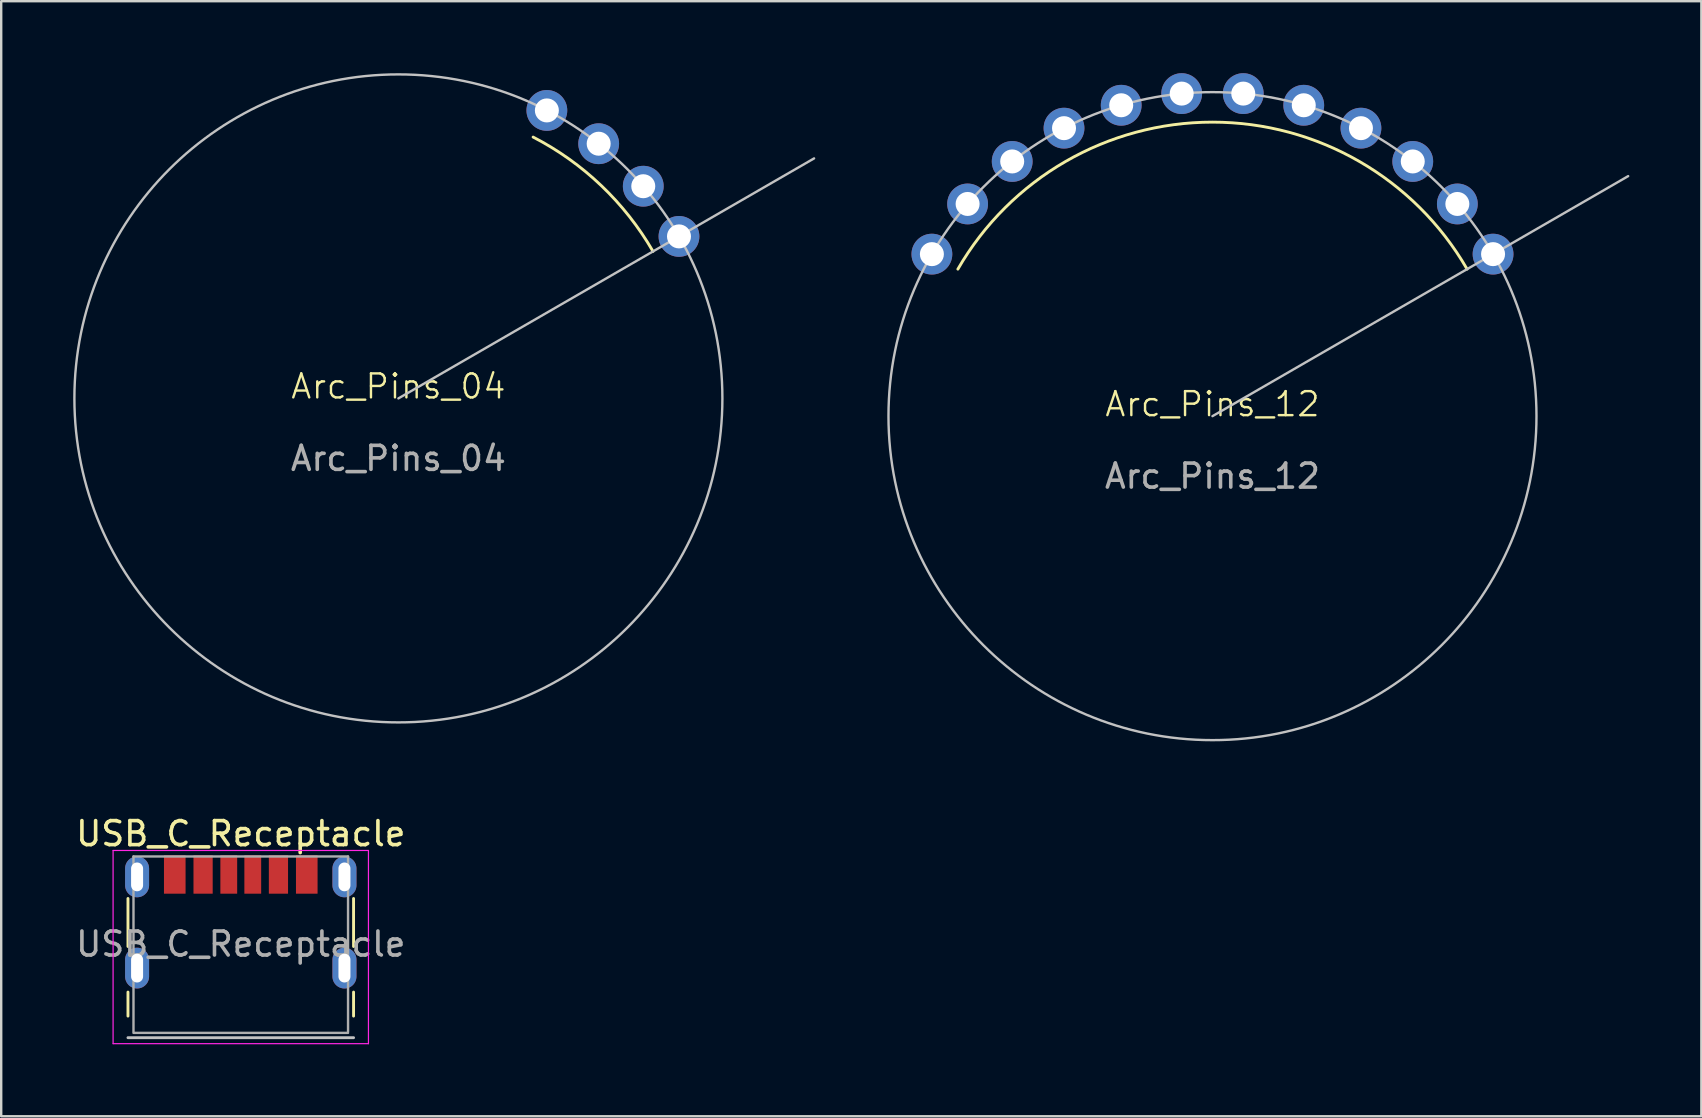
<source format=kicad_pcb>
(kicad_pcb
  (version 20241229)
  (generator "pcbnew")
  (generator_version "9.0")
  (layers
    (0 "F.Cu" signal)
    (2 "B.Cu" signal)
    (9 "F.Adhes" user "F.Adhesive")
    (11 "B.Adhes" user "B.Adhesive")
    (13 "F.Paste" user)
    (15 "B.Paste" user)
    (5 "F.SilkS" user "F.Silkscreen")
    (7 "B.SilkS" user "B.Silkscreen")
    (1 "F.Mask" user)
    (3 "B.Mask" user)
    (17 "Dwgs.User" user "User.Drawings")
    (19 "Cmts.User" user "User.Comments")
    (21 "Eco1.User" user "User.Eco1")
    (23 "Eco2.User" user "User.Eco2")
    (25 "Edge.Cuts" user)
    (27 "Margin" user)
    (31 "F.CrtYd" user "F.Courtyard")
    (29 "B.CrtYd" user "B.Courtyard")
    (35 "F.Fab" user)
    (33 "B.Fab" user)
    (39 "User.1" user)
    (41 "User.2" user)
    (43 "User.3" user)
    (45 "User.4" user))
  (footprint "Arc_Pins_04"
    (layer "F.Cu")
    (at 13.55 13.55)
    (property "Reference" "Arc_Pins_04" (at 0 -0.5 0) (unlocked yes) (layer "F.SilkS") (effects (font (size 1 1) (thickness 0.1))))
    (attr through_hole)
    (fp_arc (start 5.613275 -10.888234) (mid 8.453468 -8.865742) (end 10.608811 -6.125) (stroke (width 0.12) (type default)) (layer "F.SilkS"))
    (fp_line (start 0 0) (end 17.32 -10) (stroke (width 0.1) (type default)) (layer "Dwgs.User"))
    (fp_circle (center 0 0) (end 13.5 0) (stroke (width 0.1) (type default)) (fill no) (layer "Dwgs.User"))
    (fp_text user "${REFERENCE}" (at 0 2.5 0) (unlocked yes) (layer "F.Fab") (effects (font (size 1 1) (thickness 0.15))))
    (pad "1" thru_hole circle (at 11.691 -6.75) (size 1.7 1.7) (drill 1) (layers "*.Cu" "*.Mask"))
    (pad "2" thru_hole circle (at 10.203 -8.841) (size 1.7 1.7) (drill 1) (layers "*.Cu" "*.Mask"))
    (pad "3" thru_hole circle (at 8.345 -10.612) (size 1.7 1.7) (drill 1) (layers "*.Cu" "*.Mask"))
    (pad "4" thru_hole circle (at 6.186 -11.999) (size 1.7 1.7) (drill 1) (layers "*.Cu" "*.Mask")))
  (footprint "Arc_Pins_12"
    (layer "F.Cu")
    (at 47.47 14.289)
    (property "Reference" "Arc_Pins_12" (at 0 -0.5 0) (unlocked yes) (layer "F.SilkS") (effects (font (size 1 1) (thickness 0.1))))
    (attr through_hole)
    (fp_arc (start -10.608811 -6.125) (mid 0 -12.25) (end 10.608811 -6.125) (stroke (width 0.12) (type default)) (layer "F.SilkS"))
    (fp_line (start 0 0) (end 17.32 -10) (stroke (width 0.1) (type default)) (layer "Dwgs.User"))
    (fp_circle (center 0 0) (end 13.5 0) (stroke (width 0.1) (type default)) (fill no) (layer "Dwgs.User"))
    (fp_text user "${REFERENCE}" (at 0 2.5 0) (unlocked yes) (layer "F.Fab") (effects (font (size 1 1) (thickness 0.15))))
    (pad "1" thru_hole circle (at 11.691 -6.75) (size 1.7 1.7) (drill 1) (layers "*.Cu" "*.Mask"))
    (pad "2" thru_hole circle (at 10.203 -8.841) (size 1.7 1.7) (drill 1) (layers "*.Cu" "*.Mask"))
    (pad "3" thru_hole circle (at 8.345 -10.612) (size 1.7 1.7) (drill 1) (layers "*.Cu" "*.Mask"))
    (pad "4" thru_hole circle (at 6.186 -11.999) (size 1.7 1.7) (drill 1) (layers "*.Cu" "*.Mask"))
    (pad "5" thru_hole circle (at 3.803 -12.953) (size 1.7 1.7) (drill 1) (layers "*.Cu" "*.Mask"))
    (pad "6" thru_hole circle (at 1.283 -13.439) (size 1.7 1.7) (drill 1) (layers "*.Cu" "*.Mask"))
    (pad "7" thru_hole circle (at -1.283 -13.439) (size 1.7 1.7) (drill 1) (layers "*.Cu" "*.Mask"))
    (pad "8" thru_hole circle (at -3.803 -12.953) (size 1.7 1.7) (drill 1) (layers "*.Cu" "*.Mask"))
    (pad "9" thru_hole circle (at -6.186 -11.999) (size 1.7 1.7) (drill 1) (layers "*.Cu" "*.Mask"))
    (pad "10" thru_hole circle (at -8.345 -10.612) (size 1.7 1.7) (drill 1) (layers "*.Cu" "*.Mask"))
    (pad "11" thru_hole circle (at -10.203 -8.841) (size 1.7 1.7) (drill 1) (layers "*.Cu" "*.Mask"))
    (pad "12" thru_hole circle (at -11.691 -6.75) (size 1.7 1.7) (drill 1) (layers "*.Cu" "*.Mask")))
  (footprint "USB_C_Receptacle"
    (layer "F.Cu")
    (at 6.982 36.287)
    (property "Reference" "USB_C_Receptacle" (at 0 -4.6 0) (layer "F.SilkS") (effects (font (size 1 1) (thickness 0.15))))
    (attr smd)
    (fp_line (start -4.7 -1.9) (end -4.7 0.1) (stroke (width 0.12) (type solid)) (layer "F.SilkS"))
    (fp_line (start -4.7 2) (end -4.7 3) (stroke (width 0.12) (type solid)) (layer "F.SilkS"))
    (fp_line (start 4.7 -1.9) (end 4.7 0.1) (stroke (width 0.12) (type solid)) (layer "F.SilkS"))
    (fp_line (start 4.7 2) (end 4.7 3) (stroke (width 0.12) (type solid)) (layer "F.SilkS"))
    (fp_line (start -4.7 3.9) (end 4.7 3.9) (stroke (width 0.12) (type solid)) (layer "Dwgs.User"))
    (fp_line (start -5.32 -3.9) (end -5.32 4.15) (stroke (width 0.05) (type solid)) (layer "F.CrtYd"))
    (fp_line (start -5.32 -3.9) (end 5.32 -3.9) (stroke (width 0.05) (type solid)) (layer "F.CrtYd"))
    (fp_line (start -5.32 4.15) (end 5.32 4.15) (stroke (width 0.05) (type solid)) (layer "F.CrtYd"))
    (fp_line (start 5.32 -3.9) (end 5.32 4.15) (stroke (width 0.05) (type solid)) (layer "F.CrtYd"))
    (fp_line (start -4.47 -3.65) (end -4.47 3.65) (stroke (width 0.1) (type solid)) (layer "F.Fab"))
    (fp_line (start -4.47 -3.65) (end 4.47 -3.65) (stroke (width 0.1) (type solid)) (layer "F.Fab"))
    (fp_line (start -4.47 3.7) (end 4.47 3.7) (stroke (width 0.1) (type solid)) (layer "F.Fab"))
    (fp_line (start 4.47 -3.65) (end 4.47 3.65) (stroke (width 0.1) (type solid)) (layer "F.Fab"))
    (fp_text user "${REFERENCE}" (at 0 0 0) (layer "F.Fab") (effects (font (size 1 1) (thickness 0.15))))
    (pad "A5" smd rect (at -0.5 -2.9) (size 0.7 1.6) (layers "F.Cu" "F.Mask" "F.Paste"))
    (pad "A9" smd rect (at 1.57 -2.9) (size 0.8 1.6) (layers "F.Cu" "F.Mask" "F.Paste"))
    (pad "A12" smd rect (at 2.75 -2.9) (size 0.9 1.6) (layers "F.Cu" "F.Mask" "F.Paste"))
    (pad "B5" smd rect (at 0.5 -2.9) (size 0.7 1.6) (layers "F.Cu" "F.Mask" "F.Paste"))
    (pad "B9" smd rect (at -1.57 -2.9) (size 0.8 1.6) (layers "F.Cu" "F.Mask" "F.Paste"))
    (pad "B12" smd rect (at -2.75 -2.9) (size 0.9 1.6) (layers "F.Cu" "F.Mask" "F.Paste"))
    (pad "S1" thru_hole oval (at -4.32 -2.8) (size 1 1.7) (drill oval 0.5 1.2) (layers "*.Cu" "*.Mask"))
    (pad "S2" thru_hole oval (at 4.32 -2.8) (size 1 1.7) (drill oval 0.5 1.2) (layers "*.Cu" "*.Mask"))
    (pad "S3" thru_hole oval (at 4.32 1) (size 1 1.7) (drill oval 0.5 1.2) (layers "*.Cu" "*.Mask"))
    (pad "S4" thru_hole oval (at -4.32 1) (size 1 1.7) (drill oval 0.5 1.2) (layers "*.Cu" "*.Mask")))
  (gr_rect
    (start -3 -3)
    (end 67.84 43.462)
    (stroke (width 0.1) (type default))
    (fill no)
    (layer "Edge.Cuts")))
</source>
